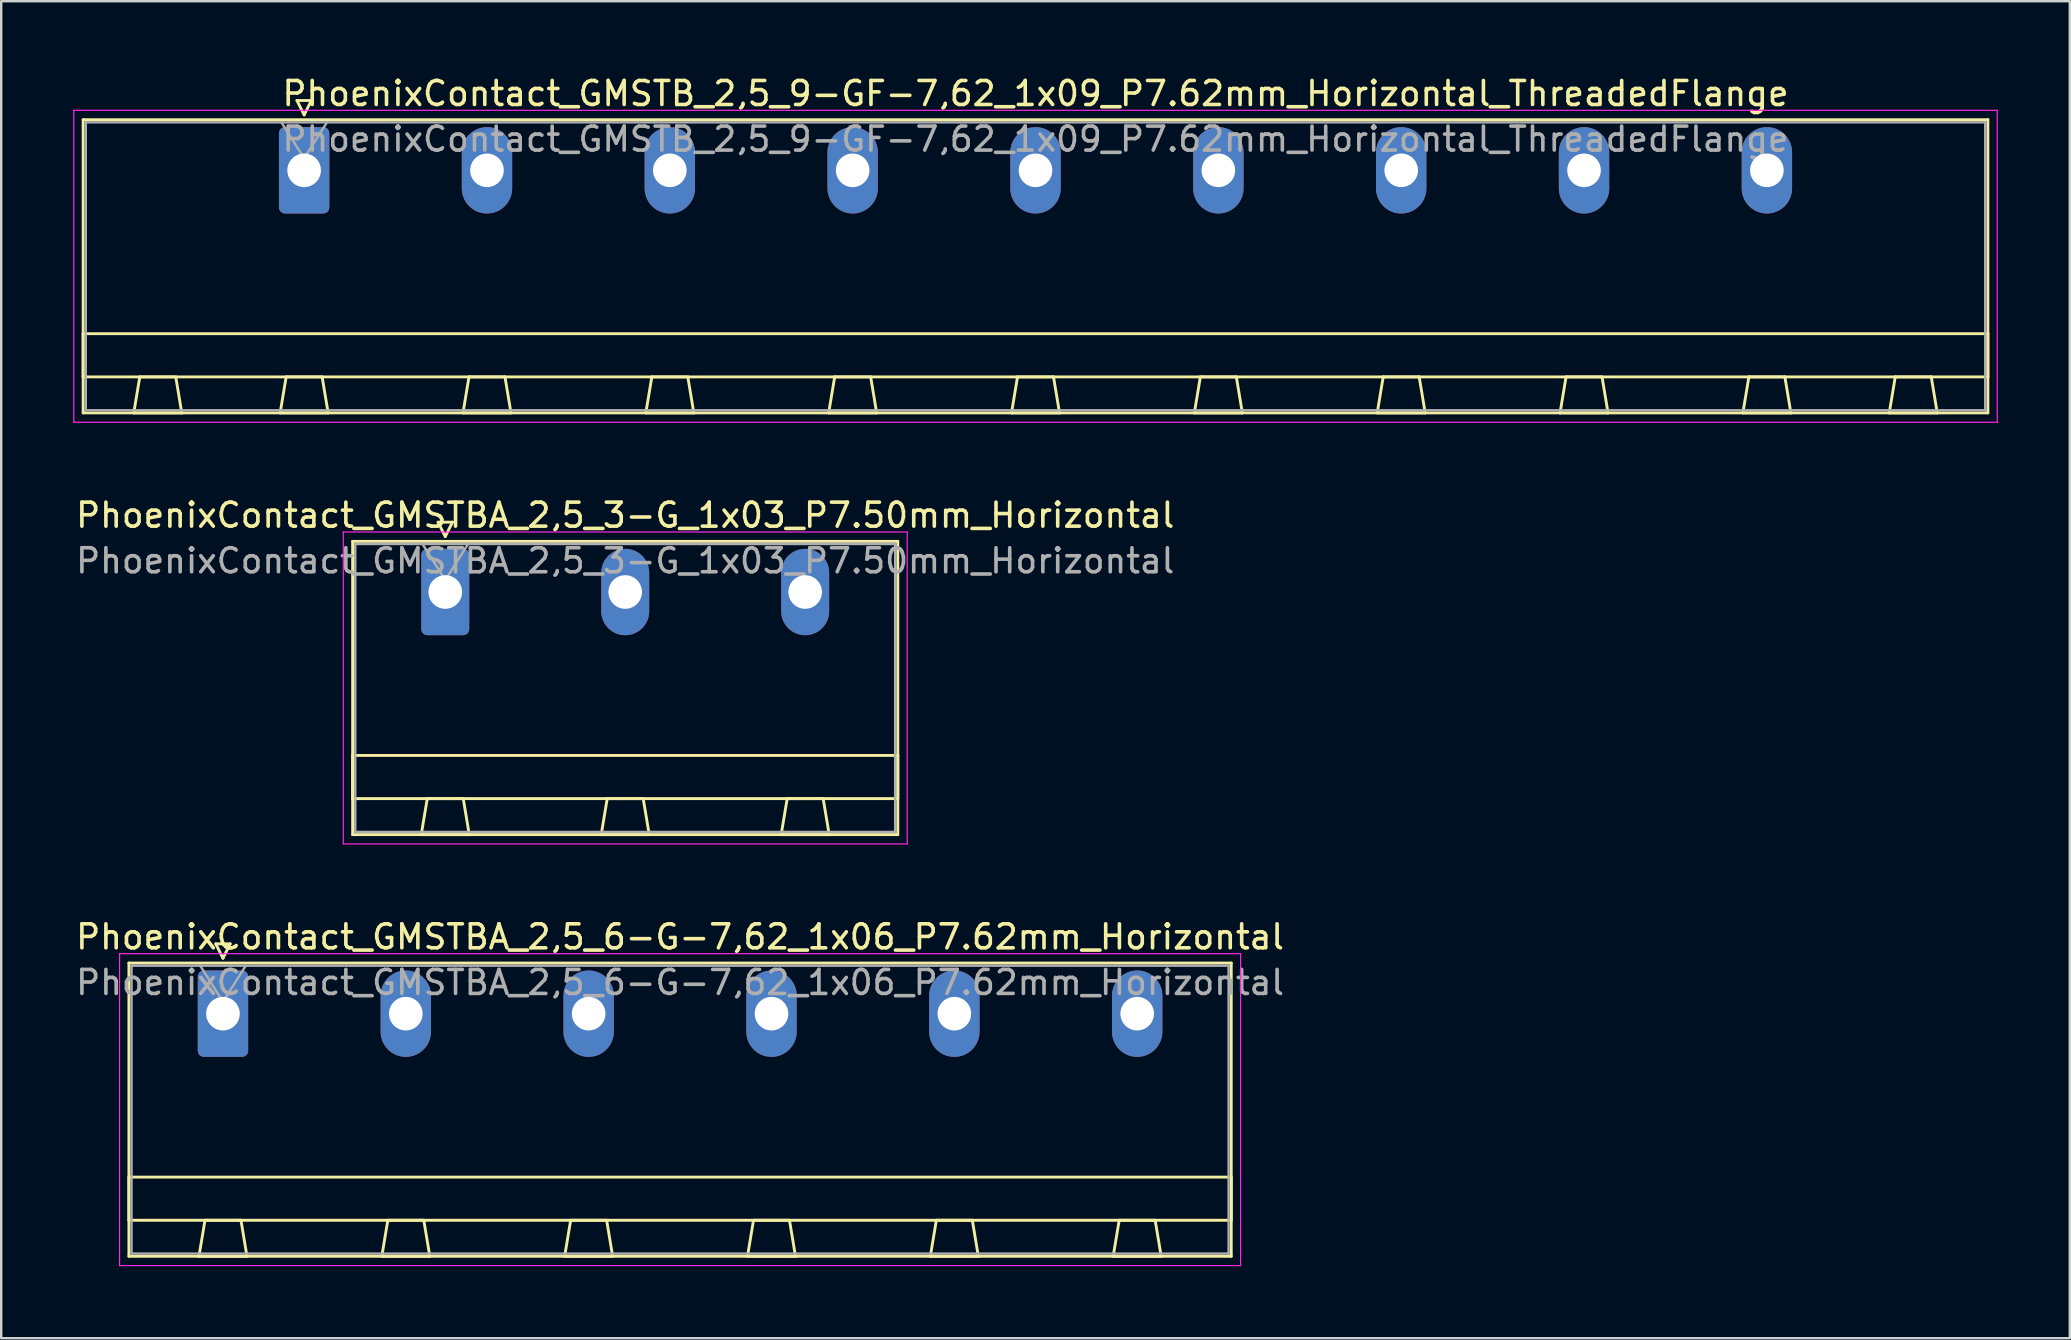
<source format=kicad_pcb>
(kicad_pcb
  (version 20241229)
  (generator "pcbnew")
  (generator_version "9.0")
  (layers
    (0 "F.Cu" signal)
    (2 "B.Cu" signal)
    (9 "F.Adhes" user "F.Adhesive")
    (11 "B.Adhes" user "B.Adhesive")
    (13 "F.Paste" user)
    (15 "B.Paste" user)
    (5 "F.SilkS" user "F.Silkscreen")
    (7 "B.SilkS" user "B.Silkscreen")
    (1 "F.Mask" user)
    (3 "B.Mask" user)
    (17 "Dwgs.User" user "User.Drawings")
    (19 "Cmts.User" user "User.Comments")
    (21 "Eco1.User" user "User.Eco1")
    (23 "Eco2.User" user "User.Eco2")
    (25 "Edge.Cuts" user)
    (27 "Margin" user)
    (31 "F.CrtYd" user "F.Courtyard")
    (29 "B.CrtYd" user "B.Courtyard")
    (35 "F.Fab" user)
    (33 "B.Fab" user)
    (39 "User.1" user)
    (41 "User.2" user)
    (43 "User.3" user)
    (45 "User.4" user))
  (footprint "PhoenixContact_GMSTB_2,5_9-GF-7,62_1x09_P7.62mm_Horizontal_ThreadedFlange"
    (layer "F.Cu")
    (at 9.625 4.048)
    (property "Reference" "PhoenixContact_GMSTB_2,5_9-GF-7,62_1x09_P7.62mm_Horizontal_ThreadedFlange" (at 30.48 -3.2 0) (layer "F.SilkS") (effects (font (size 1 1) (thickness 0.15))))
    (attr through_hole)
    (fp_line (start -9.21 -2.11) (end -9.21 10.11) (stroke (width 0.12) (type solid)) (layer "F.SilkS"))
    (fp_line (start -9.21 6.81) (end 70.17 6.81) (stroke (width 0.12) (type solid)) (layer "F.SilkS"))
    (fp_line (start -9.21 8.61) (end -9.21 6.81) (stroke (width 0.12) (type solid)) (layer "F.SilkS"))
    (fp_line (start -9.21 10.11) (end 70.17 10.11) (stroke (width 0.12) (type solid)) (layer "F.SilkS"))
    (fp_line (start -7.1 10.11) (end -5.1 10.11) (stroke (width 0.12) (type solid)) (layer "F.SilkS"))
    (fp_line (start -6.85 8.61) (end -7.1 10.11) (stroke (width 0.12) (type solid)) (layer "F.SilkS"))
    (fp_line (start -5.35 8.61) (end -6.85 8.61) (stroke (width 0.12) (type solid)) (layer "F.SilkS"))
    (fp_line (start -5.1 10.11) (end -5.35 8.61) (stroke (width 0.12) (type solid)) (layer "F.SilkS"))
    (fp_line (start -1 10.11) (end 1 10.11) (stroke (width 0.12) (type solid)) (layer "F.SilkS"))
    (fp_line (start -0.75 8.61) (end -1 10.11) (stroke (width 0.12) (type solid)) (layer "F.SilkS"))
    (fp_line (start -0.3 -2.91) (end 0.3 -2.91) (stroke (width 0.12) (type solid)) (layer "F.SilkS"))
    (fp_line (start 0 -2.31) (end -0.3 -2.91) (stroke (width 0.12) (type solid)) (layer "F.SilkS"))
    (fp_line (start 0.3 -2.91) (end 0 -2.31) (stroke (width 0.12) (type solid)) (layer "F.SilkS"))
    (fp_line (start 0.75 8.61) (end -0.75 8.61) (stroke (width 0.12) (type solid)) (layer "F.SilkS"))
    (fp_line (start 1 10.11) (end 0.75 8.61) (stroke (width 0.12) (type solid)) (layer "F.SilkS"))
    (fp_line (start 6.62 10.11) (end 8.62 10.11) (stroke (width 0.12) (type solid)) (layer "F.SilkS"))
    (fp_line (start 6.87 8.61) (end 6.62 10.11) (stroke (width 0.12) (type solid)) (layer "F.SilkS"))
    (fp_line (start 8.37 8.61) (end 6.87 8.61) (stroke (width 0.12) (type solid)) (layer "F.SilkS"))
    (fp_line (start 8.62 10.11) (end 8.37 8.61) (stroke (width 0.12) (type solid)) (layer "F.SilkS"))
    (fp_line (start 14.24 10.11) (end 16.24 10.11) (stroke (width 0.12) (type solid)) (layer "F.SilkS"))
    (fp_line (start 14.49 8.61) (end 14.24 10.11) (stroke (width 0.12) (type solid)) (layer "F.SilkS"))
    (fp_line (start 15.99 8.61) (end 14.49 8.61) (stroke (width 0.12) (type solid)) (layer "F.SilkS"))
    (fp_line (start 16.24 10.11) (end 15.99 8.61) (stroke (width 0.12) (type solid)) (layer "F.SilkS"))
    (fp_line (start 21.86 10.11) (end 23.86 10.11) (stroke (width 0.12) (type solid)) (layer "F.SilkS"))
    (fp_line (start 22.11 8.61) (end 21.86 10.11) (stroke (width 0.12) (type solid)) (layer "F.SilkS"))
    (fp_line (start 23.61 8.61) (end 22.11 8.61) (stroke (width 0.12) (type solid)) (layer "F.SilkS"))
    (fp_line (start 23.86 10.11) (end 23.61 8.61) (stroke (width 0.12) (type solid)) (layer "F.SilkS"))
    (fp_line (start 29.48 10.11) (end 31.48 10.11) (stroke (width 0.12) (type solid)) (layer "F.SilkS"))
    (fp_line (start 29.73 8.61) (end 29.48 10.11) (stroke (width 0.12) (type solid)) (layer "F.SilkS"))
    (fp_line (start 31.23 8.61) (end 29.73 8.61) (stroke (width 0.12) (type solid)) (layer "F.SilkS"))
    (fp_line (start 31.48 10.11) (end 31.23 8.61) (stroke (width 0.12) (type solid)) (layer "F.SilkS"))
    (fp_line (start 37.1 10.11) (end 39.1 10.11) (stroke (width 0.12) (type solid)) (layer "F.SilkS"))
    (fp_line (start 37.35 8.61) (end 37.1 10.11) (stroke (width 0.12) (type solid)) (layer "F.SilkS"))
    (fp_line (start 38.85 8.61) (end 37.35 8.61) (stroke (width 0.12) (type solid)) (layer "F.SilkS"))
    (fp_line (start 39.1 10.11) (end 38.85 8.61) (stroke (width 0.12) (type solid)) (layer "F.SilkS"))
    (fp_line (start 44.72 10.11) (end 46.72 10.11) (stroke (width 0.12) (type solid)) (layer "F.SilkS"))
    (fp_line (start 44.97 8.61) (end 44.72 10.11) (stroke (width 0.12) (type solid)) (layer "F.SilkS"))
    (fp_line (start 46.47 8.61) (end 44.97 8.61) (stroke (width 0.12) (type solid)) (layer "F.SilkS"))
    (fp_line (start 46.72 10.11) (end 46.47 8.61) (stroke (width 0.12) (type solid)) (layer "F.SilkS"))
    (fp_line (start 52.34 10.11) (end 54.34 10.11) (stroke (width 0.12) (type solid)) (layer "F.SilkS"))
    (fp_line (start 52.59 8.61) (end 52.34 10.11) (stroke (width 0.12) (type solid)) (layer "F.SilkS"))
    (fp_line (start 54.09 8.61) (end 52.59 8.61) (stroke (width 0.12) (type solid)) (layer "F.SilkS"))
    (fp_line (start 54.34 10.11) (end 54.09 8.61) (stroke (width 0.12) (type solid)) (layer "F.SilkS"))
    (fp_line (start 59.96 10.11) (end 61.96 10.11) (stroke (width 0.12) (type solid)) (layer "F.SilkS"))
    (fp_line (start 60.21 8.61) (end 59.96 10.11) (stroke (width 0.12) (type solid)) (layer "F.SilkS"))
    (fp_line (start 61.71 8.61) (end 60.21 8.61) (stroke (width 0.12) (type solid)) (layer "F.SilkS"))
    (fp_line (start 61.96 10.11) (end 61.71 8.61) (stroke (width 0.12) (type solid)) (layer "F.SilkS"))
    (fp_line (start 66.06 10.11) (end 68.06 10.11) (stroke (width 0.12) (type solid)) (layer "F.SilkS"))
    (fp_line (start 66.31 8.61) (end 66.06 10.11) (stroke (width 0.12) (type solid)) (layer "F.SilkS"))
    (fp_line (start 67.81 8.61) (end 66.31 8.61) (stroke (width 0.12) (type solid)) (layer "F.SilkS"))
    (fp_line (start 68.06 10.11) (end 67.81 8.61) (stroke (width 0.12) (type solid)) (layer "F.SilkS"))
    (fp_line (start 70.17 -2.11) (end -9.21 -2.11) (stroke (width 0.12) (type solid)) (layer "F.SilkS"))
    (fp_line (start 70.17 6.81) (end 70.17 8.61) (stroke (width 0.12) (type solid)) (layer "F.SilkS"))
    (fp_line (start 70.17 8.61) (end -9.21 8.61) (stroke (width 0.12) (type solid)) (layer "F.SilkS"))
    (fp_line (start 70.17 10.11) (end 70.17 -2.11) (stroke (width 0.12) (type solid)) (layer "F.SilkS"))
    (fp_line (start -9.6 -2.5) (end -9.6 10.5) (stroke (width 0.05) (type solid)) (layer "F.CrtYd"))
    (fp_line (start -9.6 10.5) (end 70.56 10.5) (stroke (width 0.05) (type solid)) (layer "F.CrtYd"))
    (fp_line (start 70.56 -2.5) (end -9.6 -2.5) (stroke (width 0.05) (type solid)) (layer "F.CrtYd"))
    (fp_line (start 70.56 10.5) (end 70.56 -2.5) (stroke (width 0.05) (type solid)) (layer "F.CrtYd"))
    (fp_line (start -9.1 -2) (end -9.1 10) (stroke (width 0.1) (type solid)) (layer "F.Fab"))
    (fp_line (start -9.1 10) (end 70.06 10) (stroke (width 0.1) (type solid)) (layer "F.Fab"))
    (fp_line (start 0 -0.5) (end -0.95 -2) (stroke (width 0.1) (type solid)) (layer "F.Fab"))
    (fp_line (start 0.95 -2) (end 0 -0.5) (stroke (width 0.1) (type solid)) (layer "F.Fab"))
    (fp_line (start 70.06 -2) (end -9.1 -2) (stroke (width 0.1) (type solid)) (layer "F.Fab"))
    (fp_line (start 70.06 10) (end 70.06 -2) (stroke (width 0.1) (type solid)) (layer "F.Fab"))
    (fp_text user "${REFERENCE}" (at 30.48 -1.3 0) (layer "F.Fab") (effects (font (size 1 1) (thickness 0.15))))
    (pad "1" thru_hole roundrect (at 0 0) (size 2.1 3.6) (drill 1.4) (layers "*.Cu" "*.Mask") (roundrect_rratio 0.119))
    (pad "2" thru_hole oval (at 7.62 0) (size 2.1 3.6) (drill 1.4) (layers "*.Cu" "*.Mask"))
    (pad "3" thru_hole oval (at 15.24 0) (size 2.1 3.6) (drill 1.4) (layers "*.Cu" "*.Mask"))
    (pad "4" thru_hole oval (at 22.86 0) (size 2.1 3.6) (drill 1.4) (layers "*.Cu" "*.Mask"))
    (pad "5" thru_hole oval (at 30.48 0) (size 2.1 3.6) (drill 1.4) (layers "*.Cu" "*.Mask"))
    (pad "6" thru_hole oval (at 38.1 0) (size 2.1 3.6) (drill 1.4) (layers "*.Cu" "*.Mask"))
    (pad "7" thru_hole oval (at 45.72 0) (size 2.1 3.6) (drill 1.4) (layers "*.Cu" "*.Mask"))
    (pad "8" thru_hole oval (at 53.34 0) (size 2.1 3.6) (drill 1.4) (layers "*.Cu" "*.Mask"))
    (pad "9" thru_hole oval (at 60.96 0) (size 2.1 3.6) (drill 1.4) (layers "*.Cu" "*.Mask")))
  (footprint "PhoenixContact_GMSTBA_2,5_3-G_1x03_P7.50mm_Horizontal"
    (layer "F.Cu")
    (at 15.506 21.622)
    (property "Reference" "PhoenixContact_GMSTBA_2,5_3-G_1x03_P7.50mm_Horizontal" (at 7.5 -3.2 0) (layer "F.SilkS") (effects (font (size 1 1) (thickness 0.15))))
    (attr through_hole)
    (fp_line (start -3.86 -2.11) (end -3.86 10.11) (stroke (width 0.12) (type solid)) (layer "F.SilkS"))
    (fp_line (start -3.86 6.81) (end 18.86 6.81) (stroke (width 0.12) (type solid)) (layer "F.SilkS"))
    (fp_line (start -3.86 8.61) (end -3.86 6.81) (stroke (width 0.12) (type solid)) (layer "F.SilkS"))
    (fp_line (start -3.86 10.11) (end 18.86 10.11) (stroke (width 0.12) (type solid)) (layer "F.SilkS"))
    (fp_line (start -1 10.11) (end 1 10.11) (stroke (width 0.12) (type solid)) (layer "F.SilkS"))
    (fp_line (start -0.75 8.61) (end -1 10.11) (stroke (width 0.12) (type solid)) (layer "F.SilkS"))
    (fp_line (start -0.3 -2.91) (end 0.3 -2.91) (stroke (width 0.12) (type solid)) (layer "F.SilkS"))
    (fp_line (start 0 -2.31) (end -0.3 -2.91) (stroke (width 0.12) (type solid)) (layer "F.SilkS"))
    (fp_line (start 0.3 -2.91) (end 0 -2.31) (stroke (width 0.12) (type solid)) (layer "F.SilkS"))
    (fp_line (start 0.75 8.61) (end -0.75 8.61) (stroke (width 0.12) (type solid)) (layer "F.SilkS"))
    (fp_line (start 1 10.11) (end 0.75 8.61) (stroke (width 0.12) (type solid)) (layer "F.SilkS"))
    (fp_line (start 6.5 10.11) (end 8.5 10.11) (stroke (width 0.12) (type solid)) (layer "F.SilkS"))
    (fp_line (start 6.75 8.61) (end 6.5 10.11) (stroke (width 0.12) (type solid)) (layer "F.SilkS"))
    (fp_line (start 8.25 8.61) (end 6.75 8.61) (stroke (width 0.12) (type solid)) (layer "F.SilkS"))
    (fp_line (start 8.5 10.11) (end 8.25 8.61) (stroke (width 0.12) (type solid)) (layer "F.SilkS"))
    (fp_line (start 14 10.11) (end 16 10.11) (stroke (width 0.12) (type solid)) (layer "F.SilkS"))
    (fp_line (start 14.25 8.61) (end 14 10.11) (stroke (width 0.12) (type solid)) (layer "F.SilkS"))
    (fp_line (start 15.75 8.61) (end 14.25 8.61) (stroke (width 0.12) (type solid)) (layer "F.SilkS"))
    (fp_line (start 16 10.11) (end 15.75 8.61) (stroke (width 0.12) (type solid)) (layer "F.SilkS"))
    (fp_line (start 18.86 -2.11) (end -3.86 -2.11) (stroke (width 0.12) (type solid)) (layer "F.SilkS"))
    (fp_line (start 18.86 6.81) (end 18.86 8.61) (stroke (width 0.12) (type solid)) (layer "F.SilkS"))
    (fp_line (start 18.86 8.61) (end -3.86 8.61) (stroke (width 0.12) (type solid)) (layer "F.SilkS"))
    (fp_line (start 18.86 10.11) (end 18.86 -2.11) (stroke (width 0.12) (type solid)) (layer "F.SilkS"))
    (fp_line (start -4.25 -2.5) (end -4.25 10.5) (stroke (width 0.05) (type solid)) (layer "F.CrtYd"))
    (fp_line (start -4.25 10.5) (end 19.25 10.5) (stroke (width 0.05) (type solid)) (layer "F.CrtYd"))
    (fp_line (start 19.25 -2.5) (end -4.25 -2.5) (stroke (width 0.05) (type solid)) (layer "F.CrtYd"))
    (fp_line (start 19.25 10.5) (end 19.25 -2.5) (stroke (width 0.05) (type solid)) (layer "F.CrtYd"))
    (fp_line (start -3.75 -2) (end -3.75 10) (stroke (width 0.1) (type solid)) (layer "F.Fab"))
    (fp_line (start -3.75 10) (end 18.75 10) (stroke (width 0.1) (type solid)) (layer "F.Fab"))
    (fp_line (start 0 -0.5) (end -0.95 -2) (stroke (width 0.1) (type solid)) (layer "F.Fab"))
    (fp_line (start 0.95 -2) (end 0 -0.5) (stroke (width 0.1) (type solid)) (layer "F.Fab"))
    (fp_line (start 18.75 -2) (end -3.75 -2) (stroke (width 0.1) (type solid)) (layer "F.Fab"))
    (fp_line (start 18.75 10) (end 18.75 -2) (stroke (width 0.1) (type solid)) (layer "F.Fab"))
    (fp_text user "${REFERENCE}" (at 7.5 -1.3 0) (layer "F.Fab") (effects (font (size 1 1) (thickness 0.15))))
    (pad "1" thru_hole roundrect (at 0 0) (size 2 3.6) (drill 1.4) (layers "*.Cu" "*.Mask") (roundrect_rratio 0.125))
    (pad "2" thru_hole oval (at 7.5 0) (size 2 3.6) (drill 1.4) (layers "*.Cu" "*.Mask"))
    (pad "3" thru_hole oval (at 15 0) (size 2 3.6) (drill 1.4) (layers "*.Cu" "*.Mask")))
  (footprint "PhoenixContact_GMSTBA_2,5_6-G-7,62_1x06_P7.62mm_Horizontal"
    (layer "F.Cu")
    (at 6.242 39.195)
    (property "Reference" "PhoenixContact_GMSTBA_2,5_6-G-7,62_1x06_P7.62mm_Horizontal" (at 19.05 -3.2 0) (layer "F.SilkS") (effects (font (size 1 1) (thickness 0.15))))
    (attr through_hole)
    (fp_line (start -3.92 -2.11) (end -3.92 10.11) (stroke (width 0.12) (type solid)) (layer "F.SilkS"))
    (fp_line (start -3.92 6.81) (end 42.02 6.81) (stroke (width 0.12) (type solid)) (layer "F.SilkS"))
    (fp_line (start -3.92 8.61) (end -3.92 6.81) (stroke (width 0.12) (type solid)) (layer "F.SilkS"))
    (fp_line (start -3.92 10.11) (end 42.02 10.11) (stroke (width 0.12) (type solid)) (layer "F.SilkS"))
    (fp_line (start -1 10.11) (end 1 10.11) (stroke (width 0.12) (type solid)) (layer "F.SilkS"))
    (fp_line (start -0.75 8.61) (end -1 10.11) (stroke (width 0.12) (type solid)) (layer "F.SilkS"))
    (fp_line (start -0.3 -2.91) (end 0.3 -2.91) (stroke (width 0.12) (type solid)) (layer "F.SilkS"))
    (fp_line (start 0 -2.31) (end -0.3 -2.91) (stroke (width 0.12) (type solid)) (layer "F.SilkS"))
    (fp_line (start 0.3 -2.91) (end 0 -2.31) (stroke (width 0.12) (type solid)) (layer "F.SilkS"))
    (fp_line (start 0.75 8.61) (end -0.75 8.61) (stroke (width 0.12) (type solid)) (layer "F.SilkS"))
    (fp_line (start 1 10.11) (end 0.75 8.61) (stroke (width 0.12) (type solid)) (layer "F.SilkS"))
    (fp_line (start 6.62 10.11) (end 8.62 10.11) (stroke (width 0.12) (type solid)) (layer "F.SilkS"))
    (fp_line (start 6.87 8.61) (end 6.62 10.11) (stroke (width 0.12) (type solid)) (layer "F.SilkS"))
    (fp_line (start 8.37 8.61) (end 6.87 8.61) (stroke (width 0.12) (type solid)) (layer "F.SilkS"))
    (fp_line (start 8.62 10.11) (end 8.37 8.61) (stroke (width 0.12) (type solid)) (layer "F.SilkS"))
    (fp_line (start 14.24 10.11) (end 16.24 10.11) (stroke (width 0.12) (type solid)) (layer "F.SilkS"))
    (fp_line (start 14.49 8.61) (end 14.24 10.11) (stroke (width 0.12) (type solid)) (layer "F.SilkS"))
    (fp_line (start 15.99 8.61) (end 14.49 8.61) (stroke (width 0.12) (type solid)) (layer "F.SilkS"))
    (fp_line (start 16.24 10.11) (end 15.99 8.61) (stroke (width 0.12) (type solid)) (layer "F.SilkS"))
    (fp_line (start 21.86 10.11) (end 23.86 10.11) (stroke (width 0.12) (type solid)) (layer "F.SilkS"))
    (fp_line (start 22.11 8.61) (end 21.86 10.11) (stroke (width 0.12) (type solid)) (layer "F.SilkS"))
    (fp_line (start 23.61 8.61) (end 22.11 8.61) (stroke (width 0.12) (type solid)) (layer "F.SilkS"))
    (fp_line (start 23.86 10.11) (end 23.61 8.61) (stroke (width 0.12) (type solid)) (layer "F.SilkS"))
    (fp_line (start 29.48 10.11) (end 31.48 10.11) (stroke (width 0.12) (type solid)) (layer "F.SilkS"))
    (fp_line (start 29.73 8.61) (end 29.48 10.11) (stroke (width 0.12) (type solid)) (layer "F.SilkS"))
    (fp_line (start 31.23 8.61) (end 29.73 8.61) (stroke (width 0.12) (type solid)) (layer "F.SilkS"))
    (fp_line (start 31.48 10.11) (end 31.23 8.61) (stroke (width 0.12) (type solid)) (layer "F.SilkS"))
    (fp_line (start 37.1 10.11) (end 39.1 10.11) (stroke (width 0.12) (type solid)) (layer "F.SilkS"))
    (fp_line (start 37.35 8.61) (end 37.1 10.11) (stroke (width 0.12) (type solid)) (layer "F.SilkS"))
    (fp_line (start 38.85 8.61) (end 37.35 8.61) (stroke (width 0.12) (type solid)) (layer "F.SilkS"))
    (fp_line (start 39.1 10.11) (end 38.85 8.61) (stroke (width 0.12) (type solid)) (layer "F.SilkS"))
    (fp_line (start 42.02 -2.11) (end -3.92 -2.11) (stroke (width 0.12) (type solid)) (layer "F.SilkS"))
    (fp_line (start 42.02 6.81) (end 42.02 8.61) (stroke (width 0.12) (type solid)) (layer "F.SilkS"))
    (fp_line (start 42.02 8.61) (end -3.92 8.61) (stroke (width 0.12) (type solid)) (layer "F.SilkS"))
    (fp_line (start 42.02 10.11) (end 42.02 -2.11) (stroke (width 0.12) (type solid)) (layer "F.SilkS"))
    (fp_line (start -4.31 -2.5) (end -4.31 10.5) (stroke (width 0.05) (type solid)) (layer "F.CrtYd"))
    (fp_line (start -4.31 10.5) (end 42.41 10.5) (stroke (width 0.05) (type solid)) (layer "F.CrtYd"))
    (fp_line (start 42.41 -2.5) (end -4.31 -2.5) (stroke (width 0.05) (type solid)) (layer "F.CrtYd"))
    (fp_line (start 42.41 10.5) (end 42.41 -2.5) (stroke (width 0.05) (type solid)) (layer "F.CrtYd"))
    (fp_line (start -3.81 -2) (end -3.81 10) (stroke (width 0.1) (type solid)) (layer "F.Fab"))
    (fp_line (start -3.81 10) (end 41.91 10) (stroke (width 0.1) (type solid)) (layer "F.Fab"))
    (fp_line (start 0 -0.5) (end -0.95 -2) (stroke (width 0.1) (type solid)) (layer "F.Fab"))
    (fp_line (start 0.95 -2) (end 0 -0.5) (stroke (width 0.1) (type solid)) (layer "F.Fab"))
    (fp_line (start 41.91 -2) (end -3.81 -2) (stroke (width 0.1) (type solid)) (layer "F.Fab"))
    (fp_line (start 41.91 10) (end 41.91 -2) (stroke (width 0.1) (type solid)) (layer "F.Fab"))
    (fp_text user "${REFERENCE}" (at 19.05 -1.3 0) (layer "F.Fab") (effects (font (size 1 1) (thickness 0.15))))
    (pad "1" thru_hole roundrect (at 0 0) (size 2.1 3.6) (drill 1.4) (layers "*.Cu" "*.Mask") (roundrect_rratio 0.119))
    (pad "2" thru_hole oval (at 7.62 0) (size 2.1 3.6) (drill 1.4) (layers "*.Cu" "*.Mask"))
    (pad "3" thru_hole oval (at 15.24 0) (size 2.1 3.6) (drill 1.4) (layers "*.Cu" "*.Mask"))
    (pad "4" thru_hole oval (at 22.86 0) (size 2.1 3.6) (drill 1.4) (layers "*.Cu" "*.Mask"))
    (pad "5" thru_hole oval (at 30.48 0) (size 2.1 3.6) (drill 1.4) (layers "*.Cu" "*.Mask"))
    (pad "6" thru_hole oval (at 38.1 0) (size 2.1 3.6) (drill 1.4) (layers "*.Cu" "*.Mask")))
  (gr_rect
    (start -3 -3)
    (end 83.21 52.72)
    (stroke (width 0.1) (type default))
    (fill no)
    (layer "Edge.Cuts")))
</source>
